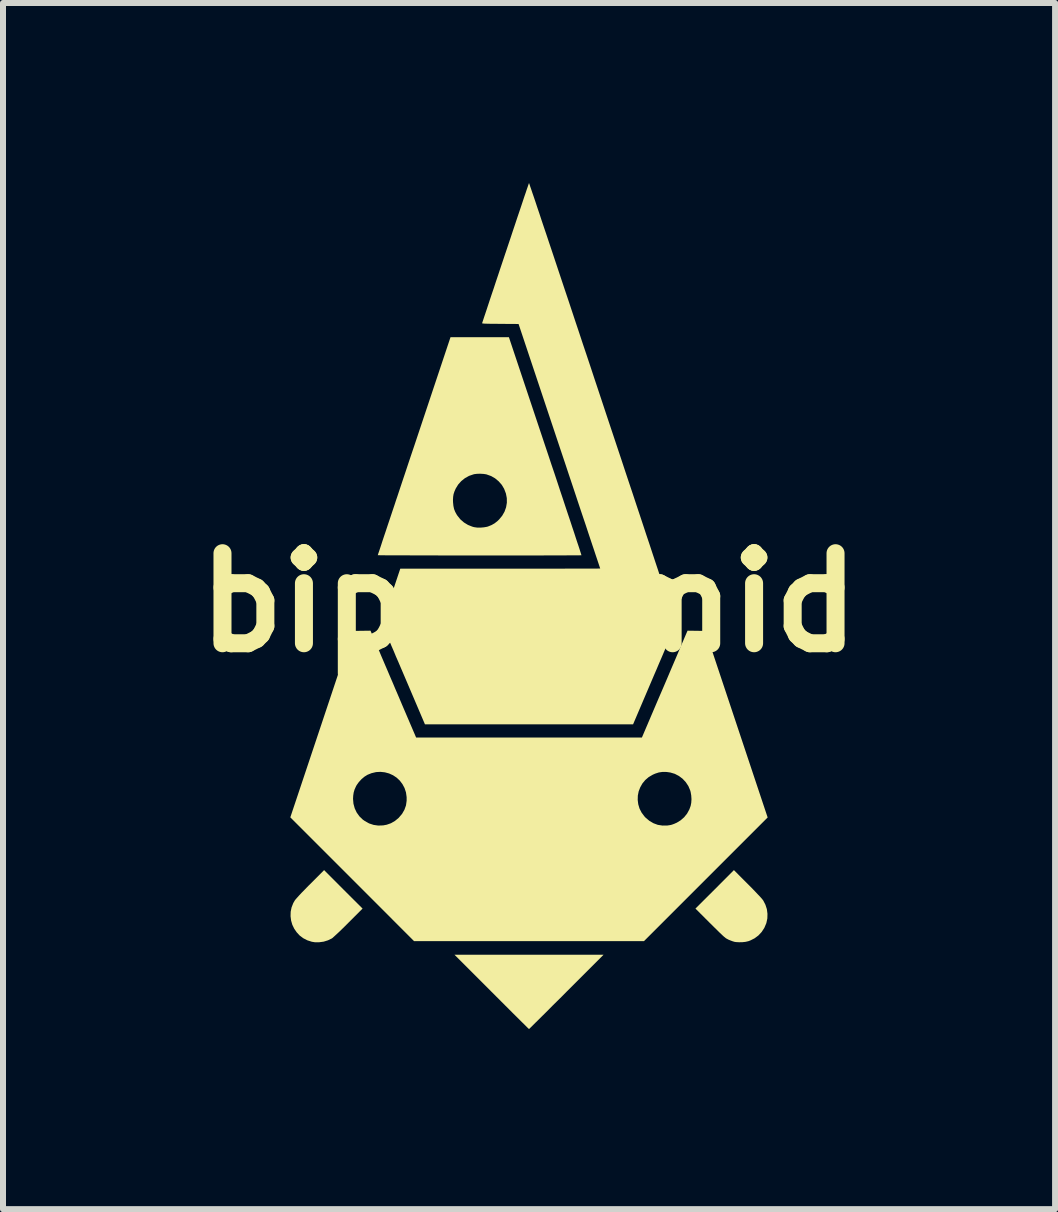
<source format=kicad_pcb>
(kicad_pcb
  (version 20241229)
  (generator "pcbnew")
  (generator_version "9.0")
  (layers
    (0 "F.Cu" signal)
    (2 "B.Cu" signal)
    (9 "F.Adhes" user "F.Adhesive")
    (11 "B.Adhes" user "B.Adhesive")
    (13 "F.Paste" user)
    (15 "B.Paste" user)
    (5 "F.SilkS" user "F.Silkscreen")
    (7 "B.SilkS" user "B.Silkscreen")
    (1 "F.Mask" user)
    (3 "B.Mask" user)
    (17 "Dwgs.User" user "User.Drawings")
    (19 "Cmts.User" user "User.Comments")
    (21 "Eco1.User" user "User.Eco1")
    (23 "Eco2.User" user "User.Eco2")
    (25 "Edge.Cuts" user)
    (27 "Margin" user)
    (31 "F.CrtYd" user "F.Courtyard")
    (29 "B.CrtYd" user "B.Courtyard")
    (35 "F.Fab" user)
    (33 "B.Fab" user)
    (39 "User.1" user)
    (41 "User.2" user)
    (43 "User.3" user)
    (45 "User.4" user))
  (footprint "bipyramid"
    (layer "F.Cu")
    (at 5.764 6.989)
    (property "Reference" "bipyramid" (at 0 0 0) (layer "F.SilkS") (effects (font (size 1.5 1.5) (thickness 0.3))))
    (attr board_only exclude_from_pos_files exclude_from_bom)
    (fp_poly (pts (xy 0.623 6.487) (xy 0.544 6.567) (xy 0.467 6.643) (xy 0.394 6.715) (xy 0.326 6.784) (xy 0.262 6.848) (xy 0.203 6.906) (xy 0.151 6.958) (xy 0.105 7.003) (xy 0.067 7.041) (xy 0.037 7.071) (xy 0.015 7.092) (xy 0.003 7.104) (xy -0.000001 7.106) (xy -0.006 7.101) (xy -0.021 7.087) (xy -0.045 7.063) (xy -0.078 7.03) (xy -0.119 6.99) (xy -0.166 6.943) (xy -0.221 6.889) (xy -0.281 6.829) (xy -0.346 6.764) (xy -0.416 6.694) (xy -0.49 6.62) (xy -0.567 6.543) (xy -0.623 6.487) (xy -1.242 5.868) (xy -0.000001 5.868) (xy 1.242 5.868)) (stroke (width 0) (type solid)) (fill yes) (layer "F.SilkS"))
    (fp_poly (pts (xy -3.094 4.779) (xy -2.773 5.099) (xy -3.01 5.336) (xy -3.07 5.396) (xy -3.124 5.449) (xy -3.173 5.496) (xy -3.214 5.534) (xy -3.247 5.564) (xy -3.271 5.586) (xy -3.286 5.597) (xy -3.35 5.628) (xy -3.421 5.65) (xy -3.495 5.66) (xy -3.568 5.66) (xy -3.618 5.652) (xy -3.693 5.628) (xy -3.761 5.593) (xy -3.821 5.548) (xy -3.871 5.494) (xy -3.912 5.434) (xy -3.944 5.368) (xy -3.964 5.298) (xy -3.973 5.226) (xy -3.971 5.152) (xy -3.956 5.079) (xy -3.928 5.008) (xy -3.904 4.966) (xy -3.89 4.947) (xy -3.865 4.919) (xy -3.831 4.881) (xy -3.788 4.835) (xy -3.735 4.781) (xy -3.675 4.719) (xy -3.644 4.689) (xy -3.414 4.458)) (stroke (width 0) (type solid)) (fill yes) (layer "F.SilkS"))
    (fp_poly (pts (xy 3.644 4.689) (xy 3.711 4.756) (xy 3.768 4.815) (xy 3.816 4.866) (xy 3.855 4.907) (xy 3.883 4.939) (xy 3.901 4.962) (xy 3.904 4.967) (xy 3.939 5.035) (xy 3.963 5.109) (xy 3.973 5.186) (xy 3.971 5.263) (xy 3.955 5.338) (xy 3.952 5.347) (xy 3.92 5.422) (xy 3.876 5.489) (xy 3.822 5.547) (xy 3.759 5.594) (xy 3.688 5.63) (xy 3.656 5.642) (xy 3.609 5.653) (xy 3.555 5.659) (xy 3.5 5.66) (xy 3.448 5.657) (xy 3.423 5.653) (xy 3.393 5.644) (xy 3.358 5.631) (xy 3.324 5.617) (xy 3.32 5.615) (xy 3.307 5.608) (xy 3.294 5.601) (xy 3.28 5.593) (xy 3.266 5.581) (xy 3.248 5.567) (xy 3.227 5.548) (xy 3.202 5.524) (xy 3.17 5.494) (xy 3.132 5.456) (xy 3.085 5.41) (xy 3.03 5.355) (xy 3.018 5.344) (xy 2.773 5.099) (xy 3.094 4.779) (xy 3.414 4.458)) (stroke (width 0) (type solid)) (fill yes) (layer "F.SilkS"))
    (fp_poly (pts (xy 2.791 0.471) (xy 2.94 0.473) (xy 3.458 2.027) (xy 3.976 3.581) (xy 2.946 4.611) (xy 1.916 5.641) (xy -0.00002 5.641) (xy -1.916 5.641) (xy -2.946 4.61) (xy -3.977 3.579) (xy -3.874 3.271) (xy -2.932 3.271) (xy -2.925 3.352) (xy -2.904 3.429) (xy -2.871 3.499) (xy -2.826 3.562) (xy -2.769 3.617) (xy -2.736 3.64) (xy -2.665 3.68) (xy -2.589 3.705) (xy -2.511 3.716) (xy -2.43 3.713) (xy -2.371 3.702) (xy -2.3 3.677) (xy -2.234 3.639) (xy -2.172 3.588) (xy -2.168 3.583) (xy -2.115 3.521) (xy -2.076 3.453) (xy -2.05 3.381) (xy -2.039 3.303) (xy -2.039 3.289) (xy 1.811 3.289) (xy 1.82 3.361) (xy 1.841 3.432) (xy 1.875 3.499) (xy 1.921 3.561) (xy 1.941 3.583) (xy 2.005 3.637) (xy 2.073 3.677) (xy 2.146 3.704) (xy 2.224 3.716) (xy 2.306 3.715) (xy 2.363 3.706) (xy 2.386 3.699) (xy 2.417 3.688) (xy 2.45 3.673) (xy 2.462 3.668) (xy 2.527 3.628) (xy 2.585 3.577) (xy 2.634 3.516) (xy 2.672 3.446) (xy 2.693 3.388) (xy 2.703 3.337) (xy 2.707 3.277) (xy 2.703 3.216) (xy 2.693 3.157) (xy 2.686 3.131) (xy 2.655 3.058) (xy 2.612 2.993) (xy 2.559 2.936) (xy 2.498 2.89) (xy 2.429 2.854) (xy 2.355 2.832) (xy 2.293 2.823) (xy 2.225 2.822) (xy 2.163 2.831) (xy 2.101 2.851) (xy 2.061 2.869) (xy 1.993 2.909) (xy 1.936 2.958) (xy 1.889 3.015) (xy 1.853 3.079) (xy 1.827 3.146) (xy 1.813 3.217) (xy 1.811 3.289) (xy -2.039 3.289) (xy -2.039 3.242) (xy -2.05 3.163) (xy -2.074 3.09) (xy -2.109 3.025) (xy -2.153 2.967) (xy -2.205 2.918) (xy -2.265 2.878) (xy -2.331 2.848) (xy -2.401 2.829) (xy -2.474 2.821) (xy -2.548 2.825) (xy -2.624 2.843) (xy -2.691 2.87) (xy -2.741 2.901) (xy -2.791 2.943) (xy -2.835 2.991) (xy -2.871 3.041) (xy -2.882 3.061) (xy -2.906 3.114) (xy -2.921 3.164) (xy -2.929 3.217) (xy -2.932 3.271) (xy -3.874 3.271) (xy -3.458 2.026) (xy -2.94 0.473) (xy -2.791 0.471) (xy -2.641 0.469) (xy -2.493 0.815) (xy -2.466 0.88) (xy -2.433 0.957) (xy -2.396 1.044) (xy -2.356 1.137) (xy -2.314 1.236) (xy -2.27 1.338) (xy -2.227 1.44) (xy -2.183 1.542) (xy -2.141 1.641) (xy -2.114 1.705) (xy -1.881 2.249) (xy -0.000001 2.249) (xy 1.881 2.249) (xy 2.113 1.705) (xy 2.154 1.609) (xy 2.197 1.509) (xy 2.241 1.407) (xy 2.285 1.304) (xy 2.328 1.203) (xy 2.369 1.106) (xy 2.408 1.015) (xy 2.444 0.931) (xy 2.475 0.858) (xy 2.493 0.815) (xy 2.641 0.469)) (stroke (width 0) (type solid)) (fill yes) (layer "F.SilkS"))
    (fp_poly (pts (xy 0.271 -2.607) (xy 0.324 -2.449) (xy 0.375 -2.295) (xy 0.426 -2.145) (xy 0.474 -2) (xy 0.52 -1.86) (xy 0.565 -1.726) (xy 0.607 -1.598) (xy 0.647 -1.478) (xy 0.685 -1.365) (xy 0.719 -1.261) (xy 0.751 -1.166) (xy 0.779 -1.079) (xy 0.804 -1.003) (xy 0.826 -0.938) (xy 0.844 -0.883) (xy 0.857 -0.841) (xy 0.867 -0.81) (xy 0.872 -0.793) (xy 0.874 -0.788) (xy 0.866 -0.788) (xy 0.844 -0.787) (xy 0.81 -0.787) (xy 0.763 -0.786) (xy 0.705 -0.786) (xy 0.636 -0.786) (xy 0.557 -0.785) (xy 0.469 -0.785) (xy 0.372 -0.785) (xy 0.268 -0.785) (xy 0.158 -0.784) (xy 0.041 -0.784) (xy -0.081 -0.784) (xy -0.207 -0.784) (xy -0.337 -0.784) (xy -0.47 -0.784) (xy -0.604 -0.784) (xy -0.74 -0.784) (xy -0.877 -0.784) (xy -1.013 -0.784) (xy -1.148 -0.784) (xy -1.281 -0.784) (xy -1.412 -0.784) (xy -1.539 -0.785) (xy -1.662 -0.785) (xy -1.78 -0.785) (xy -1.892 -0.785) (xy -1.997 -0.786) (xy -2.095 -0.786) (xy -2.185 -0.786) (xy -2.266 -0.787) (xy -2.337 -0.787) (xy -2.398 -0.787) (xy -2.447 -0.788) (xy -2.484 -0.788) (xy -2.509 -0.789) (xy -2.519 -0.789) (xy -2.52 -0.789) (xy -2.517 -0.797) (xy -2.511 -0.817) (xy -2.499 -0.851) (xy -2.484 -0.896) (xy -2.465 -0.953) (xy -2.443 -1.022) (xy -2.417 -1.1) (xy -2.387 -1.189) (xy -2.355 -1.286) (xy -2.319 -1.393) (xy -2.281 -1.507) (xy -2.24 -1.629) (xy -2.212 -1.715) (xy -1.267 -1.715) (xy -1.266 -1.673) (xy -1.26 -1.612) (xy -1.249 -1.559) (xy -1.23 -1.511) (xy -1.203 -1.462) (xy -1.192 -1.446) (xy -1.144 -1.386) (xy -1.084 -1.334) (xy -1.017 -1.293) (xy -0.944 -1.264) (xy -0.915 -1.256) (xy -0.866 -1.249) (xy -0.81 -1.248) (xy -0.752 -1.253) (xy -0.7 -1.262) (xy -0.681 -1.268) (xy -0.624 -1.291) (xy -0.573 -1.32) (xy -0.525 -1.358) (xy -0.498 -1.384) (xy -0.447 -1.446) (xy -0.408 -1.514) (xy -0.382 -1.587) (xy -0.369 -1.663) (xy -0.37 -1.74) (xy -0.385 -1.817) (xy -0.414 -1.893) (xy -0.414 -1.894) (xy -0.454 -1.961) (xy -0.506 -2.02) (xy -0.566 -2.07) (xy -0.633 -2.108) (xy -0.706 -2.134) (xy -0.712 -2.136) (xy -0.758 -2.143) (xy -0.811 -2.146) (xy -0.864 -2.145) (xy -0.912 -2.139) (xy -0.927 -2.135) (xy -1 -2.11) (xy -1.068 -2.072) (xy -1.129 -2.023) (xy -1.18 -1.966) (xy -1.22 -1.901) (xy -1.222 -1.897) (xy -1.243 -1.849) (xy -1.257 -1.806) (xy -1.264 -1.763) (xy -1.267 -1.715) (xy -2.212 -1.715) (xy -2.197 -1.758) (xy -2.152 -1.894) (xy -2.105 -2.035) (xy -2.056 -2.181) (xy -2.006 -2.332) (xy -1.954 -2.487) (xy -1.913 -2.608) (xy -1.308 -4.421) (xy -0.822 -4.421) (xy -0.335 -4.421)) (stroke (width 0) (type solid)) (fill yes) (layer "F.SilkS"))
    (fp_poly (pts (xy 0.003 -6.982) (xy 0.01 -6.962) (xy 0.021 -6.929) (xy 0.037 -6.883) (xy 0.056 -6.826) (xy 0.08 -6.757) (xy 0.107 -6.677) (xy 0.137 -6.586) (xy 0.171 -6.486) (xy 0.207 -6.376) (xy 0.247 -6.257) (xy 0.29 -6.13) (xy 0.335 -5.995) (xy 0.383 -5.852) (xy 0.433 -5.702) (xy 0.485 -5.546) (xy 0.539 -5.384) (xy 0.595 -5.216) (xy 0.653 -5.044) (xy 0.712 -4.866) (xy 0.772 -4.685) (xy 0.834 -4.5) (xy 0.896 -4.312) (xy 0.96 -4.122) (xy 1.024 -3.93) (xy 1.088 -3.736) (xy 1.153 -3.541) (xy 1.218 -3.345) (xy 1.283 -3.149) (xy 1.348 -2.954) (xy 1.413 -2.759) (xy 1.477 -2.567) (xy 1.541 -2.375) (xy 1.603 -2.187) (xy 1.665 -2.001) (xy 1.726 -1.819) (xy 1.785 -1.64) (xy 1.843 -1.466) (xy 1.899 -1.297) (xy 1.953 -1.133) (xy 2.006 -0.975) (xy 2.056 -0.823) (xy 2.104 -0.678) (xy 2.15 -0.54) (xy 2.192 -0.411) (xy 2.233 -0.289) (xy 2.27 -0.177) (xy 2.304 -0.073) (xy 2.335 0.02) (xy 2.362 0.103) (xy 2.386 0.176) (xy 2.406 0.237) (xy 2.422 0.286) (xy 2.434 0.323) (xy 2.441 0.347) (xy 2.445 0.358) (xy 2.445 0.359) (xy 2.442 0.367) (xy 2.433 0.388) (xy 2.419 0.421) (xy 2.401 0.465) (xy 2.378 0.519) (xy 2.351 0.582) (xy 2.321 0.654) (xy 2.287 0.733) (xy 2.25 0.82) (xy 2.211 0.912) (xy 2.169 1.009) (xy 2.126 1.111) (xy 2.087 1.201) (xy 1.734 2.029) (xy -0.000001 2.029) (xy -1.734 2.029) (xy -2.087 1.201) (xy -2.132 1.096) (xy -2.175 0.995) (xy -2.217 0.899) (xy -2.255 0.807) (xy -2.292 0.722) (xy -2.325 0.643) (xy -2.355 0.573) (xy -2.381 0.511) (xy -2.403 0.458) (xy -2.421 0.416) (xy -2.434 0.385) (xy -2.442 0.365) (xy -2.445 0.359) (xy -2.443 0.35) (xy -2.437 0.328) (xy -2.427 0.295) (xy -2.414 0.251) (xy -2.397 0.198) (xy -2.378 0.138) (xy -2.356 0.07) (xy -2.332 -0.003) (xy -2.307 -0.08) (xy -2.297 -0.109) (xy -2.145 -0.564) (xy -0.479 -0.564) (xy -0.324 -0.564) (xy -0.173 -0.564) (xy -0.026 -0.564) (xy 0.115 -0.564) (xy 0.251 -0.564) (xy 0.38 -0.564) (xy 0.502 -0.564) (xy 0.616 -0.565) (xy 0.722 -0.565) (xy 0.818 -0.565) (xy 0.905 -0.565) (xy 0.982 -0.565) (xy 1.047 -0.565) (xy 1.1 -0.565) (xy 1.142 -0.566) (xy 1.17 -0.566) (xy 1.185 -0.566) (xy 1.186 -0.566) (xy 1.184 -0.573) (xy 1.177 -0.593) (xy 1.166 -0.627) (xy 1.151 -0.672) (xy 1.132 -0.729) (xy 1.109 -0.797) (xy 1.083 -0.876) (xy 1.053 -0.965) (xy 1.02 -1.064) (xy 0.984 -1.172) (xy 0.946 -1.288) (xy 0.904 -1.412) (xy 0.86 -1.543) (xy 0.814 -1.681) (xy 0.766 -1.826) (xy 0.716 -1.976) (xy 0.664 -2.131) (xy 0.611 -2.291) (xy 0.556 -2.455) (xy 0.506 -2.604) (xy -0.174 -4.641) (xy -0.48 -4.643) (xy -0.558 -4.644) (xy -0.622 -4.644) (xy -0.674 -4.645) (xy -0.714 -4.646) (xy -0.744 -4.647) (xy -0.765 -4.649) (xy -0.777 -4.651) (xy -0.782 -4.653) (xy -0.782 -4.654) (xy -0.779 -4.662) (xy -0.772 -4.683) (xy -0.761 -4.716) (xy -0.746 -4.762) (xy -0.727 -4.818) (xy -0.705 -4.884) (xy -0.68 -4.96) (xy -0.652 -5.045) (xy -0.621 -5.138) (xy -0.587 -5.238) (xy -0.552 -5.345) (xy -0.514 -5.458) (xy -0.475 -5.576) (xy -0.434 -5.698) (xy -0.392 -5.824) (xy -0.391 -5.826) (xy -0.349 -5.952) (xy -0.308 -6.074) (xy -0.269 -6.192) (xy -0.231 -6.305) (xy -0.196 -6.411) (xy -0.162 -6.511) (xy -0.131 -6.603) (xy -0.103 -6.687) (xy -0.078 -6.763) (xy -0.055 -6.829) (xy -0.037 -6.884) (xy -0.021 -6.929) (xy -0.01 -6.962) (xy -0.003 -6.982) (xy -0.000026 -6.989) (xy -0.000012 -6.989)) (stroke (width 0) (type solid)) (fill yes) (layer "F.SilkS")))
  (gr_rect
    (start -3 -3)
    (end 14.529 17.096)
    (stroke (width 0.1) (type default))
    (fill no)
    (layer "Edge.Cuts")))
</source>
